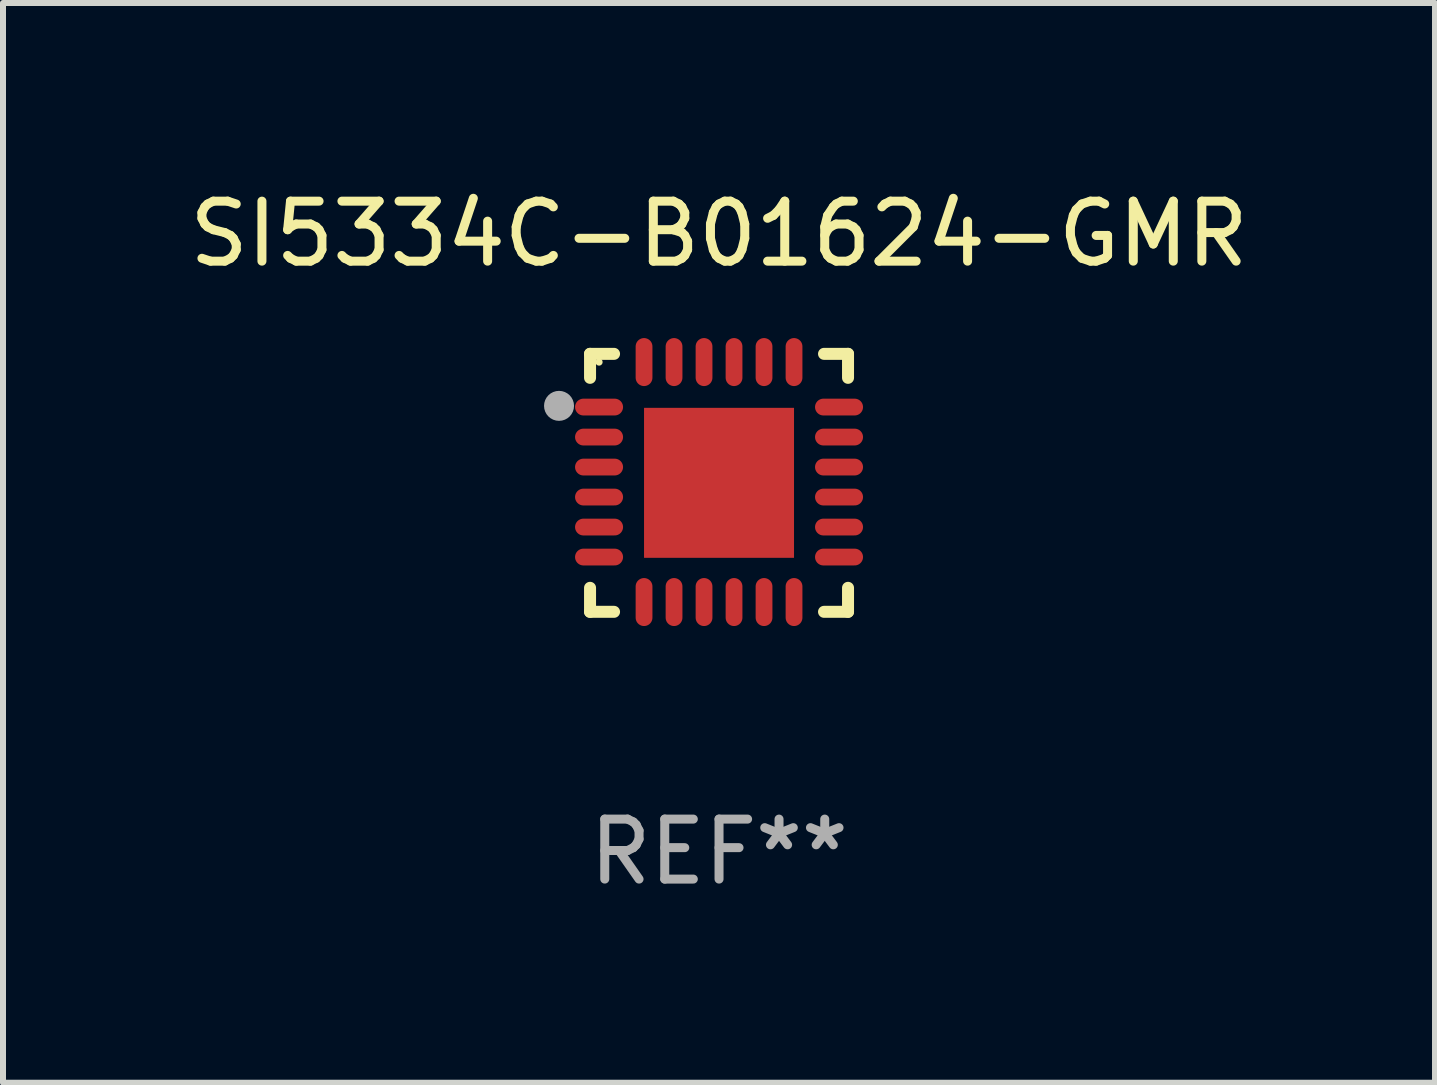
<source format=kicad_pcb>
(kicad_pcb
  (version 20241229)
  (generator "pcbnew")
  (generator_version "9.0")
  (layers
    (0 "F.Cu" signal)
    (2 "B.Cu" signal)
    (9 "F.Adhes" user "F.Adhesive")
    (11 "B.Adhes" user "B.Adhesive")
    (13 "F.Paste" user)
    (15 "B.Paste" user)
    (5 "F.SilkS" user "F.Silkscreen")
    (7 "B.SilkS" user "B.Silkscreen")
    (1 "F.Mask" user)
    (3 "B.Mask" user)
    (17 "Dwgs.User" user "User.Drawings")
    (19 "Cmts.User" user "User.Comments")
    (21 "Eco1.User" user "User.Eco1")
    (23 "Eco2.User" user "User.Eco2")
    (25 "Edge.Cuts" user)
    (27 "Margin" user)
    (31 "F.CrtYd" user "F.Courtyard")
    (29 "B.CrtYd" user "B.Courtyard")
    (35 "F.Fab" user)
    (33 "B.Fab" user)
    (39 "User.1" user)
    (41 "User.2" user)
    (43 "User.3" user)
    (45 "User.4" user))
  (footprint "SI5334C-B01624-GMR"
    (layer "F.Cu")
    (at 8.935 4.998)
    (property "Reference" "SI5334C-B01624-GMR" (at 0 -4.15 0) (layer "F.SilkS") (effects (font (size 1 1) (thickness 0.15))))
    (attr through_hole)
    (fp_line (start -2.15 -2.15) (end -1.75 -2.15) (stroke (width 0.2) (type solid)) (layer "F.SilkS"))
    (fp_line (start -2.15 -1.75) (end -2.15 -2.15) (stroke (width 0.2) (type solid)) (layer "F.SilkS"))
    (fp_line (start -2.15 2.15) (end -2.15 1.75) (stroke (width 0.2) (type solid)) (layer "F.SilkS"))
    (fp_line (start -1.75 2.15) (end -2.15 2.15) (stroke (width 0.2) (type solid)) (layer "F.SilkS"))
    (fp_line (start 1.75 -2.15) (end 2.15 -2.15) (stroke (width 0.2) (type solid)) (layer "F.SilkS"))
    (fp_line (start 1.75 2.15) (end 2.15 2.15) (stroke (width 0.2) (type solid)) (layer "F.SilkS"))
    (fp_line (start 2.15 -2.15) (end 2.15 -1.75) (stroke (width 0.2) (type solid)) (layer "F.SilkS"))
    (fp_line (start 2.15 2.15) (end 2.15 1.75) (stroke (width 0.2) (type solid)) (layer "F.SilkS"))
    (fp_circle (center -2 -2.013) (end -1.97 -2.013) (stroke (width 0.06) (type solid)) (fill no) (layer "F.SilkS"))
    (fp_circle (center -2.667 -1.283) (end -2.542 -1.283) (stroke (width 0.25) (type solid)) (fill no) (layer "F.Fab"))
    (fp_text user "REF**" (at 0 6.15 0) (layer "F.Fab") (effects (font (size 1 1) (thickness 0.15))))
    (pad "1" smd oval (at -2 -1.263) (size 0.8 0.28) (layers "F.Cu" "F.Mask" "F.Paste"))
    (pad "2" smd oval (at -2 -0.763) (size 0.8 0.28) (layers "F.Cu" "F.Mask" "F.Paste"))
    (pad "3" smd oval (at -2 -0.263) (size 0.8 0.28) (layers "F.Cu" "F.Mask" "F.Paste"))
    (pad "4" smd oval (at -2 0.237) (size 0.8 0.28) (layers "F.Cu" "F.Mask" "F.Paste"))
    (pad "5" smd oval (at -2 0.737) (size 0.8 0.28) (layers "F.Cu" "F.Mask" "F.Paste"))
    (pad "6" smd oval (at -2 1.237) (size 0.8 0.28) (layers "F.Cu" "F.Mask" "F.Paste"))
    (pad "7" smd oval (at -1.25 1.987) (size 0.28 0.8) (layers "F.Cu" "F.Mask" "F.Paste"))
    (pad "8" smd oval (at -0.75 1.987) (size 0.28 0.8) (layers "F.Cu" "F.Mask" "F.Paste"))
    (pad "9" smd oval (at -0.25 1.987) (size 0.28 0.8) (layers "F.Cu" "F.Mask" "F.Paste"))
    (pad "10" smd oval (at 0.25 1.987) (size 0.28 0.8) (layers "F.Cu" "F.Mask" "F.Paste"))
    (pad "11" smd oval (at 0.75 1.987) (size 0.28 0.8) (layers "F.Cu" "F.Mask" "F.Paste"))
    (pad "12" smd oval (at 1.25 1.987) (size 0.28 0.8) (layers "F.Cu" "F.Mask" "F.Paste"))
    (pad "13" smd oval (at 2 1.237) (size 0.8 0.28) (layers "F.Cu" "F.Mask" "F.Paste"))
    (pad "14" smd oval (at 2 0.737) (size 0.8 0.28) (layers "F.Cu" "F.Mask" "F.Paste"))
    (pad "15" smd oval (at 2 0.237) (size 0.8 0.28) (layers "F.Cu" "F.Mask" "F.Paste"))
    (pad "16" smd oval (at 2 -0.263) (size 0.8 0.28) (layers "F.Cu" "F.Mask" "F.Paste"))
    (pad "17" smd oval (at 2 -0.763) (size 0.8 0.28) (layers "F.Cu" "F.Mask" "F.Paste"))
    (pad "18" smd oval (at 2 -1.263) (size 0.8 0.28) (layers "F.Cu" "F.Mask" "F.Paste"))
    (pad "19" smd oval (at 1.25 -2.013) (size 0.28 0.8) (layers "F.Cu" "F.Mask" "F.Paste"))
    (pad "20" smd oval (at 0.75 -2.013) (size 0.28 0.8) (layers "F.Cu" "F.Mask" "F.Paste"))
    (pad "21" smd oval (at 0.25 -2.013) (size 0.28 0.8) (layers "F.Cu" "F.Mask" "F.Paste"))
    (pad "22" smd oval (at -0.25 -2.013) (size 0.28 0.8) (layers "F.Cu" "F.Mask" "F.Paste"))
    (pad "23" smd oval (at -0.75 -2.013) (size 0.28 0.8) (layers "F.Cu" "F.Mask" "F.Paste"))
    (pad "24" smd oval (at -1.25 -2.013) (size 0.28 0.8) (layers "F.Cu" "F.Mask" "F.Paste"))
    (pad "25" smd rect (at -0.000127 -0.00014) (size 2.5 2.5) (layers "F.Cu" "F.Mask" "F.Paste")))
  (gr_rect
    (start -3 -3)
    (end 20.869 14.997)
    (stroke (width 0.1) (type default))
    (fill no)
    (layer "Edge.Cuts")))
</source>
